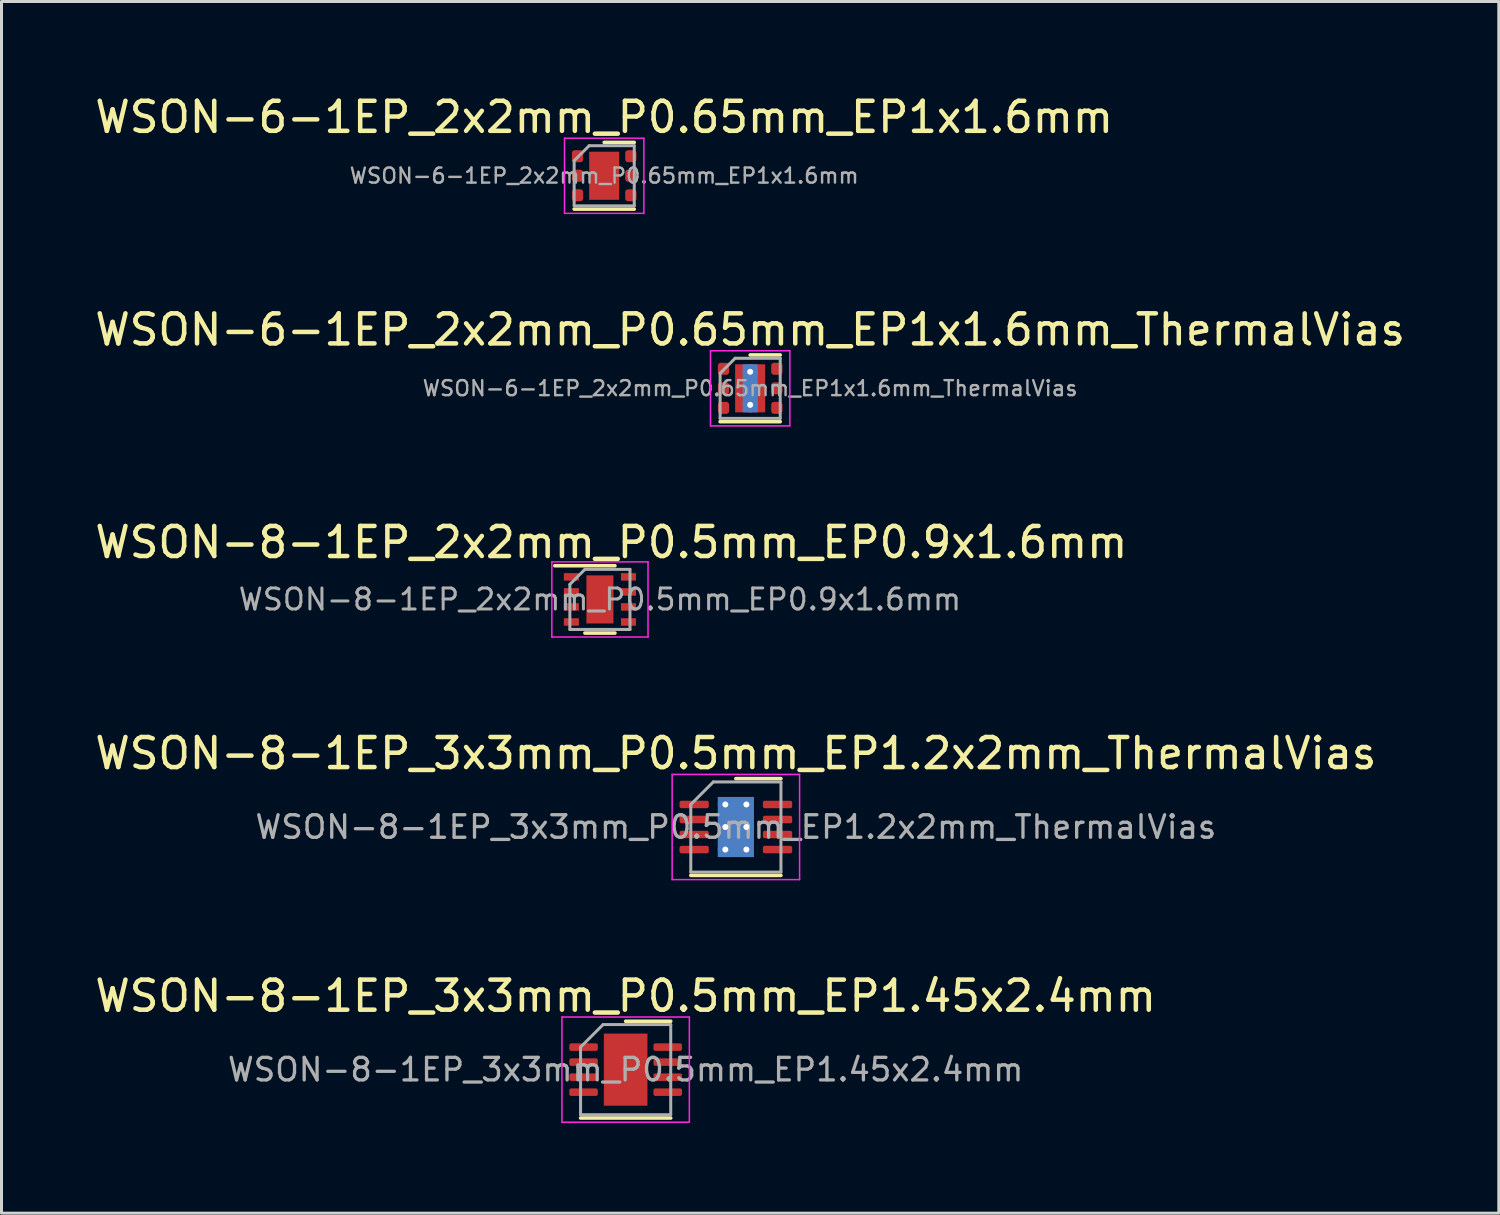
<source format=kicad_pcb>
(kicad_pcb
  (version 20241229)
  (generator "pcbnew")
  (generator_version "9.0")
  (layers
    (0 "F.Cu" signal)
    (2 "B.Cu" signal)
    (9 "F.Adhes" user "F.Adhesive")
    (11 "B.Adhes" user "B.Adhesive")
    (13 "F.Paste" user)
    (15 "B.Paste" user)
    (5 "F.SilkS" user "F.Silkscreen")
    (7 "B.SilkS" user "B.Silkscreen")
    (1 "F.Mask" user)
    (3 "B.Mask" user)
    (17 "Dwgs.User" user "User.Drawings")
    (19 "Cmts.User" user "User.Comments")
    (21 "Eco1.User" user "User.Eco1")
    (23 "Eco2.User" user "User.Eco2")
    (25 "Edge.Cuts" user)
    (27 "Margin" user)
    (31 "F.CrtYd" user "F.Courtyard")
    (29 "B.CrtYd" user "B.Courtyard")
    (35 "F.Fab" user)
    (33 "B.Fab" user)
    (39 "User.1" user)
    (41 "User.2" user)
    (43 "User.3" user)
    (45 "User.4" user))
  (footprint "WSON-6-1EP_2x2mm_P0.65mm_EP1x1.6mm_ThermalVias"
    (layer "F.Cu")
    (at 21.911 9.871)
    (property "Reference" "WSON-6-1EP_2x2mm_P0.65mm_EP1x1.6mm_ThermalVias" (at 0 -1.95 0) (layer "F.SilkS") (effects (font (size 1 1) (thickness 0.15))))
    (attr smd)
    (fp_line (start -1 1.11) (end 1 1.11) (stroke (width 0.12) (type solid)) (layer "F.SilkS"))
    (fp_line (start 0 -1.11) (end 1 -1.11) (stroke (width 0.12) (type solid)) (layer "F.SilkS"))
    (fp_line (start -1.32 -1.25) (end -1.32 1.25) (stroke (width 0.05) (type solid)) (layer "F.CrtYd"))
    (fp_line (start -1.32 1.25) (end 1.32 1.25) (stroke (width 0.05) (type solid)) (layer "F.CrtYd"))
    (fp_line (start 1.32 -1.25) (end -1.32 -1.25) (stroke (width 0.05) (type solid)) (layer "F.CrtYd"))
    (fp_line (start 1.32 1.25) (end 1.32 -1.25) (stroke (width 0.05) (type solid)) (layer "F.CrtYd"))
    (fp_line (start -1 -0.5) (end -0.5 -1) (stroke (width 0.1) (type solid)) (layer "F.Fab"))
    (fp_line (start -1 1) (end -1 -0.5) (stroke (width 0.1) (type solid)) (layer "F.Fab"))
    (fp_line (start -0.5 -1) (end 1 -1) (stroke (width 0.1) (type solid)) (layer "F.Fab"))
    (fp_line (start 1 -1) (end 1 1) (stroke (width 0.1) (type solid)) (layer "F.Fab"))
    (fp_line (start 1 1) (end -1 1) (stroke (width 0.1) (type solid)) (layer "F.Fab"))
    (fp_text user "${REFERENCE}" (at 0 0 0) (layer "F.Fab") (effects (font (size 0.5 0.5) (thickness 0.08))))
    (pad "" smd roundrect (at 0 -0.4) (size 0.87 0.69) (layers "F.Paste") (roundrect_rratio 0.25))
    (pad "" smd roundrect (at 0 0.4) (size 0.87 0.69) (layers "F.Paste") (roundrect_rratio 0.25))
    (pad "1" smd roundrect (at -0.887 -0.65) (size 0.375 0.4) (layers "F.Cu" "F.Mask" "F.Paste") (roundrect_rratio 0.25))
    (pad "2" smd roundrect (at -0.887 0) (size 0.375 0.4) (layers "F.Cu" "F.Mask" "F.Paste") (roundrect_rratio 0.25))
    (pad "3" smd roundrect (at -0.887 0.65) (size 0.375 0.4) (layers "F.Cu" "F.Mask" "F.Paste") (roundrect_rratio 0.25))
    (pad "4" smd roundrect (at 0.887 0.65) (size 0.375 0.4) (layers "F.Cu" "F.Mask" "F.Paste") (roundrect_rratio 0.25))
    (pad "5" smd roundrect (at 0.887 0) (size 0.375 0.4) (layers "F.Cu" "F.Mask" "F.Paste") (roundrect_rratio 0.25))
    (pad "6" smd roundrect (at 0.887 -0.65) (size 0.375 0.4) (layers "F.Cu" "F.Mask" "F.Paste") (roundrect_rratio 0.25))
    (pad "7" thru_hole circle (at 0 -0.55) (size 0.5 0.5) (drill 0.2) (layers "*.Cu"))
    (pad "7" smd rect (at 0 0) (size 0.5 1.6) (layers "B.Cu"))
    (pad "7" smd rect (at 0 0) (size 1 1.6) (layers "F.Cu" "F.Mask"))
    (pad "7" thru_hole circle (at 0 0.55) (size 0.5 0.5) (drill 0.2) (layers "*.Cu")))
  (footprint "WSON-8-1EP_3x3mm_P0.5mm_EP1.2x2mm_ThermalVias"
    (layer "F.Cu")
    (at 21.435 24.468)
    (property "Reference" "WSON-8-1EP_3x3mm_P0.5mm_EP1.2x2mm_ThermalVias" (at 0 -2.45 0) (layer "F.SilkS") (effects (font (size 1 1) (thickness 0.15))))
    (attr smd)
    (fp_line (start -1.5 1.61) (end 1.5 1.61) (stroke (width 0.12) (type solid)) (layer "F.SilkS"))
    (fp_line (start 0 -1.61) (end 1.5 -1.61) (stroke (width 0.12) (type solid)) (layer "F.SilkS"))
    (fp_line (start -2.12 -1.75) (end -2.12 1.75) (stroke (width 0.05) (type solid)) (layer "F.CrtYd"))
    (fp_line (start -2.12 1.75) (end 2.12 1.75) (stroke (width 0.05) (type solid)) (layer "F.CrtYd"))
    (fp_line (start 2.12 -1.75) (end -2.12 -1.75) (stroke (width 0.05) (type solid)) (layer "F.CrtYd"))
    (fp_line (start 2.12 1.75) (end 2.12 -1.75) (stroke (width 0.05) (type solid)) (layer "F.CrtYd"))
    (fp_line (start -1.5 -0.75) (end -0.75 -1.5) (stroke (width 0.1) (type solid)) (layer "F.Fab"))
    (fp_line (start -1.5 1.5) (end -1.5 -0.75) (stroke (width 0.1) (type solid)) (layer "F.Fab"))
    (fp_line (start -0.75 -1.5) (end 1.5 -1.5) (stroke (width 0.1) (type solid)) (layer "F.Fab"))
    (fp_line (start 1.5 -1.5) (end 1.5 1.5) (stroke (width 0.1) (type solid)) (layer "F.Fab"))
    (fp_line (start 1.5 1.5) (end -1.5 1.5) (stroke (width 0.1) (type solid)) (layer "F.Fab"))
    (fp_text user "${REFERENCE}" (at 0 0 0) (layer "F.Fab") (effects (font (size 0.75 0.75) (thickness 0.11))))
    (pad "" smd roundrect (at 0 -0.5) (size 1.04 0.87) (layers "F.Paste") (roundrect_rratio 0.25))
    (pad "" smd roundrect (at 0 0.5) (size 1.04 0.87) (layers "F.Paste") (roundrect_rratio 0.25))
    (pad "1" smd roundrect (at -1.387 -0.75) (size 0.975 0.25) (layers "F.Cu" "F.Mask" "F.Paste") (roundrect_rratio 0.25))
    (pad "2" smd roundrect (at -1.387 -0.25) (size 0.975 0.25) (layers "F.Cu" "F.Mask" "F.Paste") (roundrect_rratio 0.25))
    (pad "3" smd roundrect (at -1.387 0.25) (size 0.975 0.25) (layers "F.Cu" "F.Mask" "F.Paste") (roundrect_rratio 0.25))
    (pad "4" smd roundrect (at -1.387 0.75) (size 0.975 0.25) (layers "F.Cu" "F.Mask" "F.Paste") (roundrect_rratio 0.25))
    (pad "5" smd roundrect (at 1.387 0.75) (size 0.975 0.25) (layers "F.Cu" "F.Mask" "F.Paste") (roundrect_rratio 0.25))
    (pad "6" smd roundrect (at 1.387 0.25) (size 0.975 0.25) (layers "F.Cu" "F.Mask" "F.Paste") (roundrect_rratio 0.25))
    (pad "7" smd roundrect (at 1.387 -0.25) (size 0.975 0.25) (layers "F.Cu" "F.Mask" "F.Paste") (roundrect_rratio 0.25))
    (pad "8" smd roundrect (at 1.387 -0.75) (size 0.975 0.25) (layers "F.Cu" "F.Mask" "F.Paste") (roundrect_rratio 0.25))
    (pad "9" thru_hole circle (at -0.35 -0.75) (size 0.5 0.5) (drill 0.2) (layers "*.Cu"))
    (pad "9" thru_hole circle (at -0.35 0) (size 0.5 0.5) (drill 0.2) (layers "*.Cu"))
    (pad "9" thru_hole circle (at -0.35 0.75) (size 0.5 0.5) (drill 0.2) (layers "*.Cu"))
    (pad "9" smd rect (at 0 0) (size 1.2 2) (layers "F.Cu" "F.Mask"))
    (pad "9" smd rect (at 0 0) (size 1.2 2) (layers "B.Cu"))
    (pad "9" thru_hole circle (at 0.35 -0.75) (size 0.5 0.5) (drill 0.2) (layers "*.Cu"))
    (pad "9" thru_hole circle (at 0.35 0) (size 0.5 0.5) (drill 0.2) (layers "*.Cu"))
    (pad "9" thru_hole circle (at 0.35 0.75) (size 0.5 0.5) (drill 0.2) (layers "*.Cu")))
  (footprint "WSON-6-1EP_2x2mm_P0.65mm_EP1x1.6mm"
    (layer "F.Cu")
    (at 17.054 2.798)
    (property "Reference" "WSON-6-1EP_2x2mm_P0.65mm_EP1x1.6mm" (at 0 -1.95 0) (layer "F.SilkS") (effects (font (size 1 1) (thickness 0.15))))
    (attr smd)
    (fp_line (start -1 1.11) (end 1 1.11) (stroke (width 0.12) (type solid)) (layer "F.SilkS"))
    (fp_line (start 0 -1.11) (end 1 -1.11) (stroke (width 0.12) (type solid)) (layer "F.SilkS"))
    (fp_line (start -1.32 -1.25) (end -1.32 1.25) (stroke (width 0.05) (type solid)) (layer "F.CrtYd"))
    (fp_line (start -1.32 1.25) (end 1.32 1.25) (stroke (width 0.05) (type solid)) (layer "F.CrtYd"))
    (fp_line (start 1.32 -1.25) (end -1.32 -1.25) (stroke (width 0.05) (type solid)) (layer "F.CrtYd"))
    (fp_line (start 1.32 1.25) (end 1.32 -1.25) (stroke (width 0.05) (type solid)) (layer "F.CrtYd"))
    (fp_line (start -1 -0.5) (end -0.5 -1) (stroke (width 0.1) (type solid)) (layer "F.Fab"))
    (fp_line (start -1 1) (end -1 -0.5) (stroke (width 0.1) (type solid)) (layer "F.Fab"))
    (fp_line (start -0.5 -1) (end 1 -1) (stroke (width 0.1) (type solid)) (layer "F.Fab"))
    (fp_line (start 1 -1) (end 1 1) (stroke (width 0.1) (type solid)) (layer "F.Fab"))
    (fp_line (start 1 1) (end -1 1) (stroke (width 0.1) (type solid)) (layer "F.Fab"))
    (fp_text user "${REFERENCE}" (at 0 0 0) (layer "F.Fab") (effects (font (size 0.5 0.5) (thickness 0.08))))
    (pad "" smd roundrect (at 0 -0.4) (size 0.81 0.64) (layers "F.Paste") (roundrect_rratio 0.25))
    (pad "" smd roundrect (at 0 0.4) (size 0.81 0.64) (layers "F.Paste") (roundrect_rratio 0.25))
    (pad "1" smd roundrect (at -0.887 -0.65) (size 0.375 0.4) (layers "F.Cu" "F.Mask" "F.Paste") (roundrect_rratio 0.25))
    (pad "2" smd roundrect (at -0.887 0) (size 0.375 0.4) (layers "F.Cu" "F.Mask" "F.Paste") (roundrect_rratio 0.25))
    (pad "3" smd roundrect (at -0.887 0.65) (size 0.375 0.4) (layers "F.Cu" "F.Mask" "F.Paste") (roundrect_rratio 0.25))
    (pad "4" smd roundrect (at 0.887 0.65) (size 0.375 0.4) (layers "F.Cu" "F.Mask" "F.Paste") (roundrect_rratio 0.25))
    (pad "5" smd roundrect (at 0.887 0) (size 0.375 0.4) (layers "F.Cu" "F.Mask" "F.Paste") (roundrect_rratio 0.25))
    (pad "6" smd roundrect (at 0.887 -0.65) (size 0.375 0.4) (layers "F.Cu" "F.Mask" "F.Paste") (roundrect_rratio 0.25))
    (pad "7" smd rect (at 0 0) (size 1 1.6) (layers "F.Cu" "F.Mask")))
  (footprint "WSON-8-1EP_2x2mm_P0.5mm_EP0.9x1.6mm"
    (layer "F.Cu")
    (at 16.912 16.895)
    (property "Reference" "WSON-8-1EP_2x2mm_P0.5mm_EP0.9x1.6mm" (at 0.38 -1.9 0) (layer "F.SilkS") (effects (font (size 1 1) (thickness 0.15))))
    (attr smd)
    (fp_line (start -1.5 -1.12) (end 0.5 -1.12) (stroke (width 0.12) (type solid)) (layer "F.SilkS"))
    (fp_line (start 0.5 1.12) (end -0.5 1.12) (stroke (width 0.12) (type solid)) (layer "F.SilkS"))
    (fp_line (start -1.6 -1.25) (end -1.6 1.25) (stroke (width 0.05) (type solid)) (layer "F.CrtYd"))
    (fp_line (start -1.6 -1.25) (end 1.6 -1.25) (stroke (width 0.05) (type solid)) (layer "F.CrtYd"))
    (fp_line (start -1.6 1.25) (end 1.6 1.25) (stroke (width 0.05) (type solid)) (layer "F.CrtYd"))
    (fp_line (start 1.6 -1.25) (end 1.6 1.25) (stroke (width 0.05) (type solid)) (layer "F.CrtYd"))
    (fp_line (start -1 1) (end -1 -0.5) (stroke (width 0.1) (type solid)) (layer "F.Fab"))
    (fp_line (start -0.5 -1) (end -1 -0.5) (stroke (width 0.1) (type solid)) (layer "F.Fab"))
    (fp_line (start -0.5 -1) (end 1 -1) (stroke (width 0.1) (type solid)) (layer "F.Fab"))
    (fp_line (start 1 -1) (end 1 1) (stroke (width 0.1) (type solid)) (layer "F.Fab"))
    (fp_line (start 1 1) (end -1 1) (stroke (width 0.1) (type solid)) (layer "F.Fab"))
    (fp_text user "${REFERENCE}" (at 0 0 0) (layer "F.Fab") (effects (font (size 0.7 0.7) (thickness 0.1))))
    (pad "" smd rect (at 0 -0.4) (size 0.75 0.65) (layers "F.Paste"))
    (pad "" smd rect (at 0 0.4) (size 0.75 0.65) (layers "F.Paste"))
    (pad "1" smd rect (at -0.95 -0.75) (size 0.5 0.25) (layers "F.Cu" "F.Mask" "F.Paste"))
    (pad "2" smd rect (at -0.95 -0.25) (size 0.5 0.25) (layers "F.Cu" "F.Mask" "F.Paste"))
    (pad "3" smd rect (at -0.95 0.25) (size 0.5 0.25) (layers "F.Cu" "F.Mask" "F.Paste"))
    (pad "4" smd rect (at -0.95 0.75) (size 0.5 0.25) (layers "F.Cu" "F.Mask" "F.Paste"))
    (pad "5" smd rect (at 0.95 0.75) (size 0.5 0.25) (layers "F.Cu" "F.Mask" "F.Paste"))
    (pad "6" smd rect (at 0.95 0.25) (size 0.5 0.25) (layers "F.Cu" "F.Mask" "F.Paste"))
    (pad "7" smd rect (at 0.95 -0.25) (size 0.5 0.25) (layers "F.Cu" "F.Mask" "F.Paste"))
    (pad "8" smd rect (at 0.95 -0.75) (size 0.5 0.25) (layers "F.Cu" "F.Mask" "F.Paste"))
    (pad "9" smd rect (at 0 0) (size 0.9 1.6) (layers "F.Cu" "F.Mask")))
  (footprint "WSON-8-1EP_3x3mm_P0.5mm_EP1.45x2.4mm"
    (layer "F.Cu")
    (at 17.768 32.541)
    (property "Reference" "WSON-8-1EP_3x3mm_P0.5mm_EP1.45x2.4mm" (at 0 -2.45 0) (layer "F.SilkS") (effects (font (size 1 1) (thickness 0.15))))
    (attr smd)
    (fp_line (start -1.5 1.61) (end 1.5 1.61) (stroke (width 0.12) (type solid)) (layer "F.SilkS"))
    (fp_line (start 0 -1.61) (end 1.5 -1.61) (stroke (width 0.12) (type solid)) (layer "F.SilkS"))
    (fp_line (start -2.12 -1.75) (end -2.12 1.75) (stroke (width 0.05) (type solid)) (layer "F.CrtYd"))
    (fp_line (start -2.12 1.75) (end 2.12 1.75) (stroke (width 0.05) (type solid)) (layer "F.CrtYd"))
    (fp_line (start 2.12 -1.75) (end -2.12 -1.75) (stroke (width 0.05) (type solid)) (layer "F.CrtYd"))
    (fp_line (start 2.12 1.75) (end 2.12 -1.75) (stroke (width 0.05) (type solid)) (layer "F.CrtYd"))
    (fp_line (start -1.5 -0.75) (end -0.75 -1.5) (stroke (width 0.1) (type solid)) (layer "F.Fab"))
    (fp_line (start -1.5 1.5) (end -1.5 -0.75) (stroke (width 0.1) (type solid)) (layer "F.Fab"))
    (fp_line (start -0.75 -1.5) (end 1.5 -1.5) (stroke (width 0.1) (type solid)) (layer "F.Fab"))
    (fp_line (start 1.5 -1.5) (end 1.5 1.5) (stroke (width 0.1) (type solid)) (layer "F.Fab"))
    (fp_line (start 1.5 1.5) (end -1.5 1.5) (stroke (width 0.1) (type solid)) (layer "F.Fab"))
    (fp_text user "${REFERENCE}" (at 0 0 0) (layer "F.Fab") (effects (font (size 0.75 0.75) (thickness 0.11))))
    (pad "" smd roundrect (at 0 -0.6) (size 1.17 0.97) (layers "F.Paste") (roundrect_rratio 0.25))
    (pad "" smd roundrect (at 0 0.6) (size 1.17 0.97) (layers "F.Paste") (roundrect_rratio 0.25))
    (pad "1" smd roundrect (at -1.4 -0.75) (size 0.95 0.25) (layers "F.Cu" "F.Mask" "F.Paste") (roundrect_rratio 0.25))
    (pad "2" smd roundrect (at -1.4 -0.25) (size 0.95 0.25) (layers "F.Cu" "F.Mask" "F.Paste") (roundrect_rratio 0.25))
    (pad "3" smd roundrect (at -1.4 0.25) (size 0.95 0.25) (layers "F.Cu" "F.Mask" "F.Paste") (roundrect_rratio 0.25))
    (pad "4" smd roundrect (at -1.4 0.75) (size 0.95 0.25) (layers "F.Cu" "F.Mask" "F.Paste") (roundrect_rratio 0.25))
    (pad "5" smd roundrect (at 1.4 0.75) (size 0.95 0.25) (layers "F.Cu" "F.Mask" "F.Paste") (roundrect_rratio 0.25))
    (pad "6" smd roundrect (at 1.4 0.25) (size 0.95 0.25) (layers "F.Cu" "F.Mask" "F.Paste") (roundrect_rratio 0.25))
    (pad "7" smd roundrect (at 1.4 -0.25) (size 0.95 0.25) (layers "F.Cu" "F.Mask" "F.Paste") (roundrect_rratio 0.25))
    (pad "8" smd roundrect (at 1.4 -0.75) (size 0.95 0.25) (layers "F.Cu" "F.Mask" "F.Paste") (roundrect_rratio 0.25))
    (pad "9" smd rect (at 0 0) (size 1.45 2.4) (layers "F.Cu" "F.Mask")))
  (gr_rect
    (start -3 -3)
    (end 46.821 37.316)
    (stroke (width 0.1) (type default))
    (fill no)
    (layer "Edge.Cuts")))
</source>
